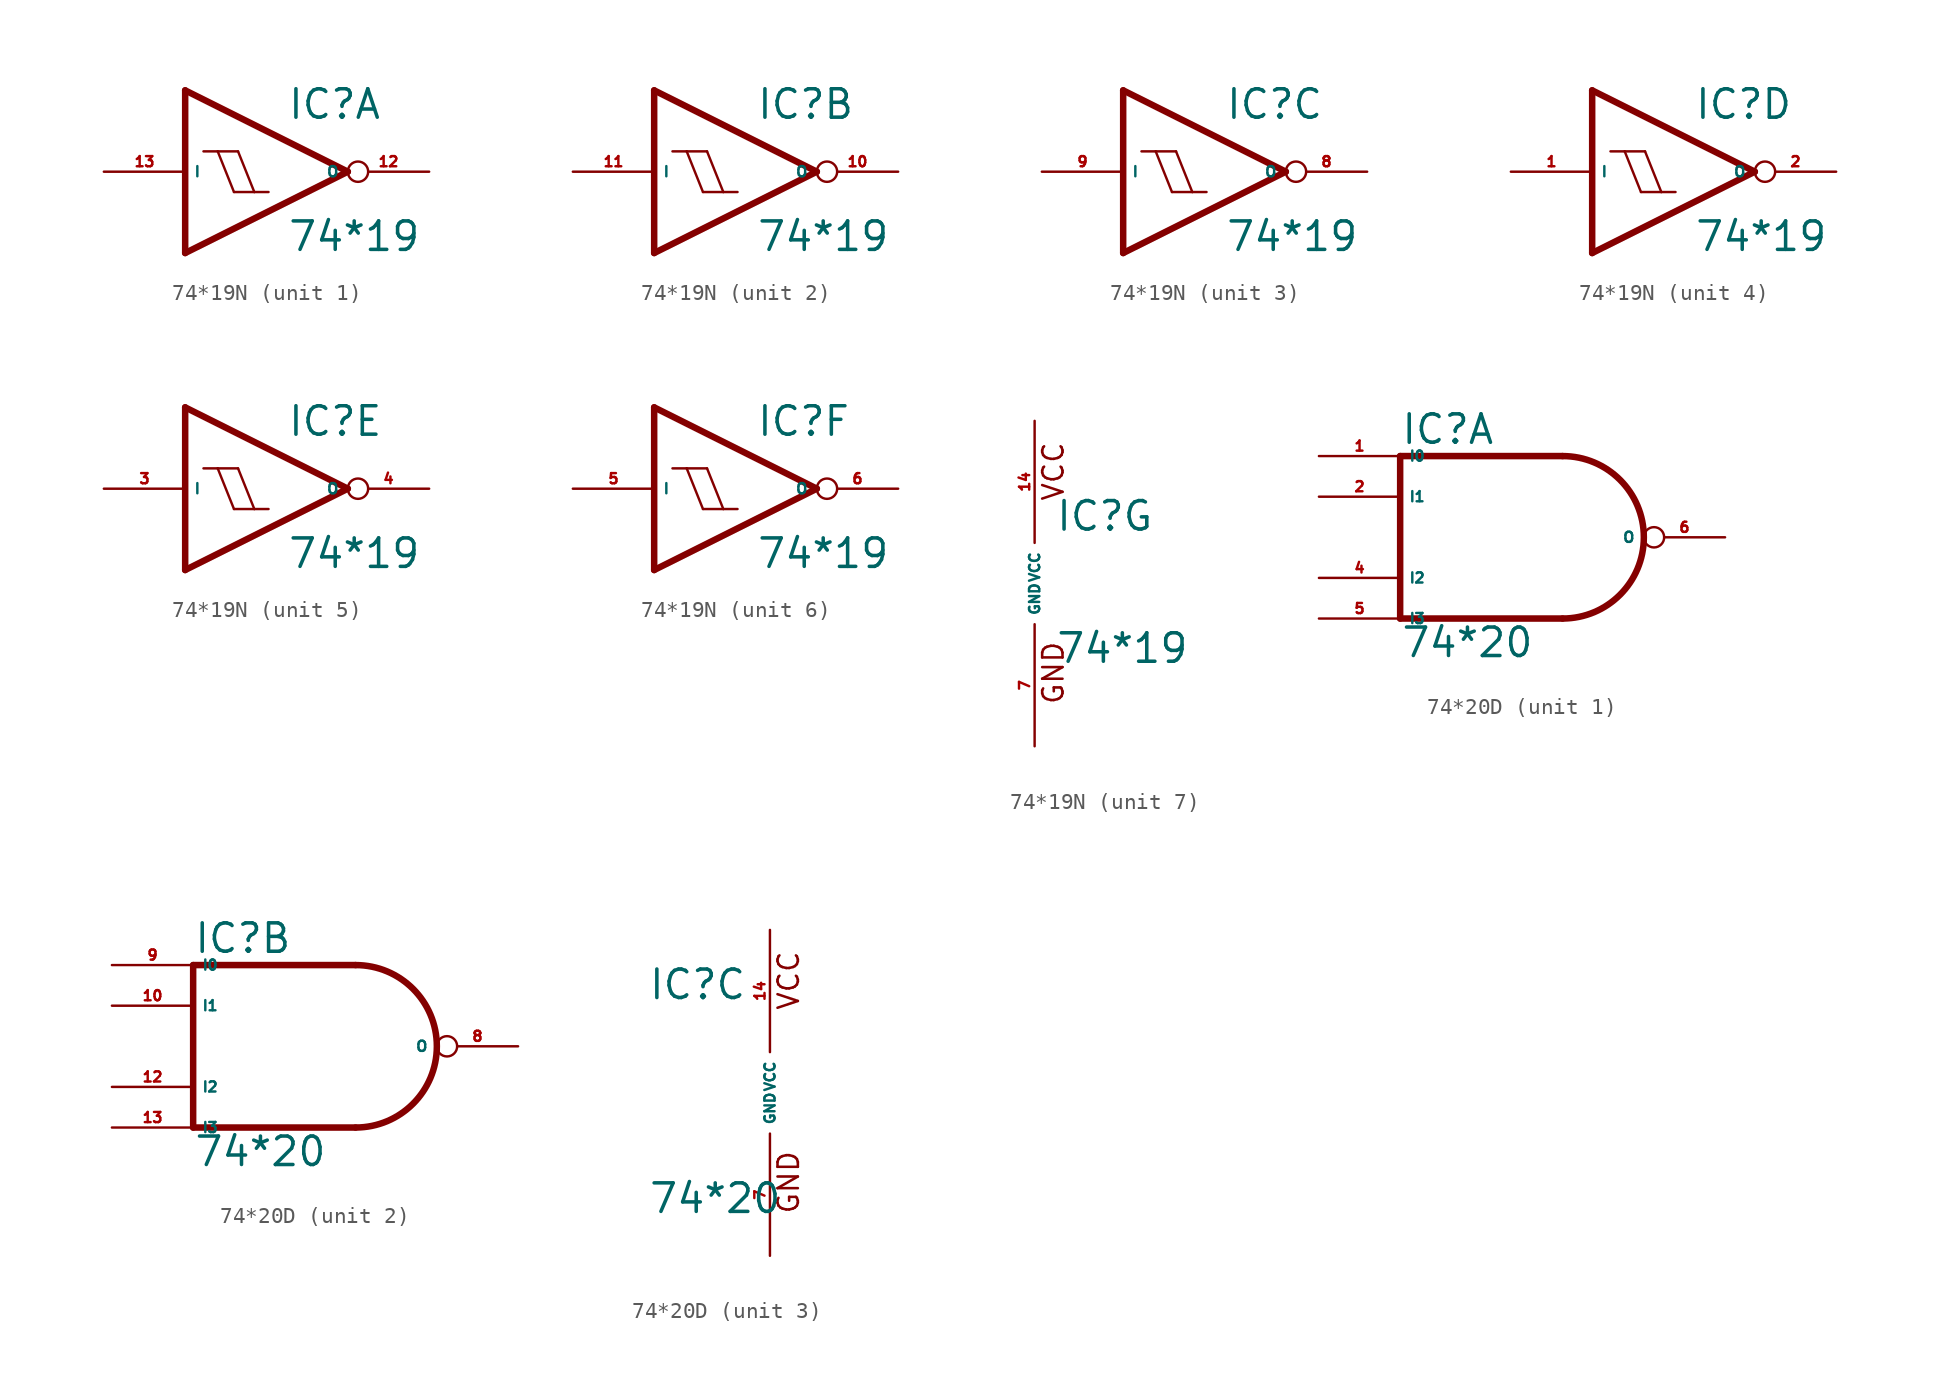
<source format=kicad_sym>
(kicad_symbol_lib
  (version 20220914)
  (generator Eagle2Kicad)
  (symbol "74*19N"
    (property "Reference" "IC"
      (at 1.27 3.175 0)
      (effects (font (size 1.778 1.778) (thickness 0.22)) (justify left bottom)))
    (property "Value" "74*19"
      (at 1.27 -5.08 0)
      (effects (font (size 1.778 1.778) (thickness 0.22)) (justify left bottom)))
    (symbol "74*19N_1_0"
      (polyline (pts (xy -5.08 5.08) (xy 5.08 0)) (stroke (width 0.406) (type default)) (fill (type none)))
      (polyline (pts (xy 5.08 0) (xy -5.08 -5.08)) (stroke (width 0.406) (type default)) (fill (type none)))
      (polyline (pts (xy -5.08 -5.08) (xy -5.08 5.08)) (stroke (width 0.406) (type default)) (fill (type none)))
      (polyline (pts (xy -0.762 -1.27) (xy -1.778 1.27)) (stroke (width 0.152) (type default)) (fill (type none)))
      (polyline (pts (xy -2.032 -1.27) (xy -3.048 1.27)) (stroke (width 0.152) (type default)) (fill (type none)))
      (polyline (pts (xy -2.032 -1.27) (xy -0.762 -1.27)) (stroke (width 0.152) (type default)) (fill (type none)))
      (polyline (pts (xy -0.762 -1.27) (xy 0.127 -1.27)) (stroke (width 0.152) (type default)) (fill (type none)))
      (polyline (pts (xy -3.937 1.27) (xy -3.048 1.27)) (stroke (width 0.152) (type default)) (fill (type none)))
      (polyline (pts (xy -3.048 1.27) (xy -1.778 1.27)) (stroke (width 0.152) (type default)) (fill (type none)))
      (pin input line (at -10.16 0 0) (length 5.08) (name "I" (effects (font (size 0.635 0.635) (thickness 0.08)) (justify left bottom))) (number "13" (effects (font (size 0.635 0.635) (thickness 0.08)) (justify left bottom))))
      (pin output inverted (at 10.16 0 180) (length 5.08) (name "O" (effects (font (size 0.635 0.635) (thickness 0.08)) (justify left bottom))) (number "12" (effects (font (size 0.635 0.635) (thickness 0.08)) (justify left bottom)))))
    (symbol "74*19N_2_0"
      (polyline (pts (xy -5.08 5.08) (xy 5.08 0)) (stroke (width 0.406) (type default)) (fill (type none)))
      (polyline (pts (xy 5.08 0) (xy -5.08 -5.08)) (stroke (width 0.406) (type default)) (fill (type none)))
      (polyline (pts (xy -5.08 -5.08) (xy -5.08 5.08)) (stroke (width 0.406) (type default)) (fill (type none)))
      (polyline (pts (xy -0.762 -1.27) (xy -1.778 1.27)) (stroke (width 0.152) (type default)) (fill (type none)))
      (polyline (pts (xy -2.032 -1.27) (xy -3.048 1.27)) (stroke (width 0.152) (type default)) (fill (type none)))
      (polyline (pts (xy -2.032 -1.27) (xy -0.762 -1.27)) (stroke (width 0.152) (type default)) (fill (type none)))
      (polyline (pts (xy -0.762 -1.27) (xy 0.127 -1.27)) (stroke (width 0.152) (type default)) (fill (type none)))
      (polyline (pts (xy -3.937 1.27) (xy -3.048 1.27)) (stroke (width 0.152) (type default)) (fill (type none)))
      (polyline (pts (xy -3.048 1.27) (xy -1.778 1.27)) (stroke (width 0.152) (type default)) (fill (type none)))
      (pin input line (at -10.16 0 0) (length 5.08) (name "I" (effects (font (size 0.635 0.635) (thickness 0.08)) (justify left bottom))) (number "11" (effects (font (size 0.635 0.635) (thickness 0.08)) (justify left bottom))))
      (pin output inverted (at 10.16 0 180) (length 5.08) (name "O" (effects (font (size 0.635 0.635) (thickness 0.08)) (justify left bottom))) (number "10" (effects (font (size 0.635 0.635) (thickness 0.08)) (justify left bottom)))))
    (symbol "74*19N_3_0"
      (polyline (pts (xy -5.08 5.08) (xy 5.08 0)) (stroke (width 0.406) (type default)) (fill (type none)))
      (polyline (pts (xy 5.08 0) (xy -5.08 -5.08)) (stroke (width 0.406) (type default)) (fill (type none)))
      (polyline (pts (xy -5.08 -5.08) (xy -5.08 5.08)) (stroke (width 0.406) (type default)) (fill (type none)))
      (polyline (pts (xy -0.762 -1.27) (xy -1.778 1.27)) (stroke (width 0.152) (type default)) (fill (type none)))
      (polyline (pts (xy -2.032 -1.27) (xy -3.048 1.27)) (stroke (width 0.152) (type default)) (fill (type none)))
      (polyline (pts (xy -2.032 -1.27) (xy -0.762 -1.27)) (stroke (width 0.152) (type default)) (fill (type none)))
      (polyline (pts (xy -0.762 -1.27) (xy 0.127 -1.27)) (stroke (width 0.152) (type default)) (fill (type none)))
      (polyline (pts (xy -3.937 1.27) (xy -3.048 1.27)) (stroke (width 0.152) (type default)) (fill (type none)))
      (polyline (pts (xy -3.048 1.27) (xy -1.778 1.27)) (stroke (width 0.152) (type default)) (fill (type none)))
      (pin input line (at -10.16 0 0) (length 5.08) (name "I" (effects (font (size 0.635 0.635) (thickness 0.08)) (justify left bottom))) (number "9" (effects (font (size 0.635 0.635) (thickness 0.08)) (justify left bottom))))
      (pin output inverted (at 10.16 0 180) (length 5.08) (name "O" (effects (font (size 0.635 0.635) (thickness 0.08)) (justify left bottom))) (number "8" (effects (font (size 0.635 0.635) (thickness 0.08)) (justify left bottom)))))
    (symbol "74*19N_4_0"
      (polyline (pts (xy -5.08 5.08) (xy 5.08 0)) (stroke (width 0.406) (type default)) (fill (type none)))
      (polyline (pts (xy 5.08 0) (xy -5.08 -5.08)) (stroke (width 0.406) (type default)) (fill (type none)))
      (polyline (pts (xy -5.08 -5.08) (xy -5.08 5.08)) (stroke (width 0.406) (type default)) (fill (type none)))
      (polyline (pts (xy -0.762 -1.27) (xy -1.778 1.27)) (stroke (width 0.152) (type default)) (fill (type none)))
      (polyline (pts (xy -2.032 -1.27) (xy -3.048 1.27)) (stroke (width 0.152) (type default)) (fill (type none)))
      (polyline (pts (xy -2.032 -1.27) (xy -0.762 -1.27)) (stroke (width 0.152) (type default)) (fill (type none)))
      (polyline (pts (xy -0.762 -1.27) (xy 0.127 -1.27)) (stroke (width 0.152) (type default)) (fill (type none)))
      (polyline (pts (xy -3.937 1.27) (xy -3.048 1.27)) (stroke (width 0.152) (type default)) (fill (type none)))
      (polyline (pts (xy -3.048 1.27) (xy -1.778 1.27)) (stroke (width 0.152) (type default)) (fill (type none)))
      (pin input line (at -10.16 0 0) (length 5.08) (name "I" (effects (font (size 0.635 0.635) (thickness 0.08)) (justify left bottom))) (number "1" (effects (font (size 0.635 0.635) (thickness 0.08)) (justify left bottom))))
      (pin output inverted (at 10.16 0 180) (length 5.08) (name "O" (effects (font (size 0.635 0.635) (thickness 0.08)) (justify left bottom))) (number "2" (effects (font (size 0.635 0.635) (thickness 0.08)) (justify left bottom)))))
    (symbol "74*19N_5_0"
      (polyline (pts (xy -5.08 5.08) (xy 5.08 0)) (stroke (width 0.406) (type default)) (fill (type none)))
      (polyline (pts (xy 5.08 0) (xy -5.08 -5.08)) (stroke (width 0.406) (type default)) (fill (type none)))
      (polyline (pts (xy -5.08 -5.08) (xy -5.08 5.08)) (stroke (width 0.406) (type default)) (fill (type none)))
      (polyline (pts (xy -0.762 -1.27) (xy -1.778 1.27)) (stroke (width 0.152) (type default)) (fill (type none)))
      (polyline (pts (xy -2.032 -1.27) (xy -3.048 1.27)) (stroke (width 0.152) (type default)) (fill (type none)))
      (polyline (pts (xy -2.032 -1.27) (xy -0.762 -1.27)) (stroke (width 0.152) (type default)) (fill (type none)))
      (polyline (pts (xy -0.762 -1.27) (xy 0.127 -1.27)) (stroke (width 0.152) (type default)) (fill (type none)))
      (polyline (pts (xy -3.937 1.27) (xy -3.048 1.27)) (stroke (width 0.152) (type default)) (fill (type none)))
      (polyline (pts (xy -3.048 1.27) (xy -1.778 1.27)) (stroke (width 0.152) (type default)) (fill (type none)))
      (pin input line (at -10.16 0 0) (length 5.08) (name "I" (effects (font (size 0.635 0.635) (thickness 0.08)) (justify left bottom))) (number "3" (effects (font (size 0.635 0.635) (thickness 0.08)) (justify left bottom))))
      (pin output inverted (at 10.16 0 180) (length 5.08) (name "O" (effects (font (size 0.635 0.635) (thickness 0.08)) (justify left bottom))) (number "4" (effects (font (size 0.635 0.635) (thickness 0.08)) (justify left bottom)))))
    (symbol "74*19N_6_0"
      (polyline (pts (xy -5.08 5.08) (xy 5.08 0)) (stroke (width 0.406) (type default)) (fill (type none)))
      (polyline (pts (xy 5.08 0) (xy -5.08 -5.08)) (stroke (width 0.406) (type default)) (fill (type none)))
      (polyline (pts (xy -5.08 -5.08) (xy -5.08 5.08)) (stroke (width 0.406) (type default)) (fill (type none)))
      (polyline (pts (xy -0.762 -1.27) (xy -1.778 1.27)) (stroke (width 0.152) (type default)) (fill (type none)))
      (polyline (pts (xy -2.032 -1.27) (xy -3.048 1.27)) (stroke (width 0.152) (type default)) (fill (type none)))
      (polyline (pts (xy -2.032 -1.27) (xy -0.762 -1.27)) (stroke (width 0.152) (type default)) (fill (type none)))
      (polyline (pts (xy -0.762 -1.27) (xy 0.127 -1.27)) (stroke (width 0.152) (type default)) (fill (type none)))
      (polyline (pts (xy -3.937 1.27) (xy -3.048 1.27)) (stroke (width 0.152) (type default)) (fill (type none)))
      (polyline (pts (xy -3.048 1.27) (xy -1.778 1.27)) (stroke (width 0.152) (type default)) (fill (type none)))
      (pin input line (at -10.16 0 0) (length 5.08) (name "I" (effects (font (size 0.635 0.635) (thickness 0.08)) (justify left bottom))) (number "5" (effects (font (size 0.635 0.635) (thickness 0.08)) (justify left bottom))))
      (pin output inverted (at 10.16 0 180) (length 5.08) (name "O" (effects (font (size 0.635 0.635) (thickness 0.08)) (justify left bottom))) (number "6" (effects (font (size 0.635 0.635) (thickness 0.08)) (justify left bottom)))))
    (symbol "74*19N_7_0"
      (text "GND" (at 1.905 -7.62 900) (effects (font (size 1.27 1.27) (thickness 0.16)) (justify left bottom)))
      (text "VCC" (at 1.905 5.08 900) (effects (font (size 1.27 1.27) (thickness 0.16)) (justify left bottom)))
      (pin unspecified line (at 0 -10.16 90) (length 7.62) (name "GND" (effects (font (size 0.635 0.635) (thickness 0.08)) (justify left bottom))) (number "7" (effects (font (size 0.635 0.635) (thickness 0.08)) (justify left bottom))))
      (pin unspecified line (at 0 10.16 270) (length 7.62) (name "VCC" (effects (font (size 0.635 0.635) (thickness 0.08)) (justify left bottom))) (number "14" (effects (font (size 0.635 0.635) (thickness 0.08)) (justify left bottom))))))
  (symbol "74*20D"
    (property "Reference" "IC"
      (at -7.62 5.715 0)
      (effects (font (size 1.778 1.778) (thickness 0.22)) (justify left bottom)))
    (property "Value" "74*20"
      (at -7.62 -7.62 0)
      (effects (font (size 1.778 1.778) (thickness 0.22)) (justify left bottom)))
    (symbol "74*20D_1_0"
      (polyline (pts (xy 2.54 5.08) (xy -7.62 5.08)) (stroke (width 0.406) (type default)) (fill (type none)))
      (polyline (pts (xy -7.62 5.08) (xy -7.62 -5.08)) (stroke (width 0.406) (type default)) (fill (type none)))
      (polyline (pts (xy -7.62 -5.08) (xy 2.54 -5.08)) (stroke (width 0.406) (type default)) (fill (type none)))
      (arc (start 2.54 -5.08) (mid 7.620 0.000) (end 2.54 5.08) (stroke (width 0.4064) (type default)) (fill (type none)))
      (pin input line (at -12.7 5.08 0) (length 5.08) (name "I0" (effects (font (size 0.635 0.635) (thickness 0.08)) (justify left bottom))) (number "1" (effects (font (size 0.635 0.635) (thickness 0.08)) (justify left bottom))))
      (pin input line (at -12.7 2.54 0) (length 5.08) (name "I1" (effects (font (size 0.635 0.635) (thickness 0.08)) (justify left bottom))) (number "2" (effects (font (size 0.635 0.635) (thickness 0.08)) (justify left bottom))))
      (pin input line (at -12.7 -2.54 0) (length 5.08) (name "I2" (effects (font (size 0.635 0.635) (thickness 0.08)) (justify left bottom))) (number "4" (effects (font (size 0.635 0.635) (thickness 0.08)) (justify left bottom))))
      (pin input line (at -12.7 -5.08 0) (length 5.08) (name "I3" (effects (font (size 0.635 0.635) (thickness 0.08)) (justify left bottom))) (number "5" (effects (font (size 0.635 0.635) (thickness 0.08)) (justify left bottom))))
      (pin output inverted (at 12.7 0 180) (length 5.08) (name "O" (effects (font (size 0.635 0.635) (thickness 0.08)) (justify left bottom))) (number "6" (effects (font (size 0.635 0.635) (thickness 0.08)) (justify left bottom)))))
    (symbol "74*20D_2_0"
      (polyline (pts (xy 2.54 5.08) (xy -7.62 5.08)) (stroke (width 0.406) (type default)) (fill (type none)))
      (polyline (pts (xy -7.62 5.08) (xy -7.62 -5.08)) (stroke (width 0.406) (type default)) (fill (type none)))
      (polyline (pts (xy -7.62 -5.08) (xy 2.54 -5.08)) (stroke (width 0.406) (type default)) (fill (type none)))
      (arc (start 2.54 -5.08) (mid 7.620 0.000) (end 2.54 5.08) (stroke (width 0.4064) (type default)) (fill (type none)))
      (pin input line (at -12.7 5.08 0) (length 5.08) (name "I0" (effects (font (size 0.635 0.635) (thickness 0.08)) (justify left bottom))) (number "9" (effects (font (size 0.635 0.635) (thickness 0.08)) (justify left bottom))))
      (pin input line (at -12.7 2.54 0) (length 5.08) (name "I1" (effects (font (size 0.635 0.635) (thickness 0.08)) (justify left bottom))) (number "10" (effects (font (size 0.635 0.635) (thickness 0.08)) (justify left bottom))))
      (pin input line (at -12.7 -2.54 0) (length 5.08) (name "I2" (effects (font (size 0.635 0.635) (thickness 0.08)) (justify left bottom))) (number "12" (effects (font (size 0.635 0.635) (thickness 0.08)) (justify left bottom))))
      (pin input line (at -12.7 -5.08 0) (length 5.08) (name "I3" (effects (font (size 0.635 0.635) (thickness 0.08)) (justify left bottom))) (number "13" (effects (font (size 0.635 0.635) (thickness 0.08)) (justify left bottom))))
      (pin output inverted (at 12.7 0 180) (length 5.08) (name "O" (effects (font (size 0.635 0.635) (thickness 0.08)) (justify left bottom))) (number "8" (effects (font (size 0.635 0.635) (thickness 0.08)) (justify left bottom)))))
    (symbol "74*20D_3_0"
      (text "GND" (at 1.905 -7.62 900) (effects (font (size 1.27 1.27) (thickness 0.16)) (justify left bottom)))
      (text "VCC" (at 1.905 5.08 900) (effects (font (size 1.27 1.27) (thickness 0.16)) (justify left bottom)))
      (pin unspecified line (at 0 -10.16 90) (length 7.62) (name "GND" (effects (font (size 0.635 0.635) (thickness 0.08)) (justify left bottom))) (number "7" (effects (font (size 0.635 0.635) (thickness 0.08)) (justify left bottom))))
      (pin unspecified line (at 0 10.16 270) (length 7.62) (name "VCC" (effects (font (size 0.635 0.635) (thickness 0.08)) (justify left bottom))) (number "14" (effects (font (size 0.635 0.635) (thickness 0.08)) (justify left bottom)))))))
</source>
